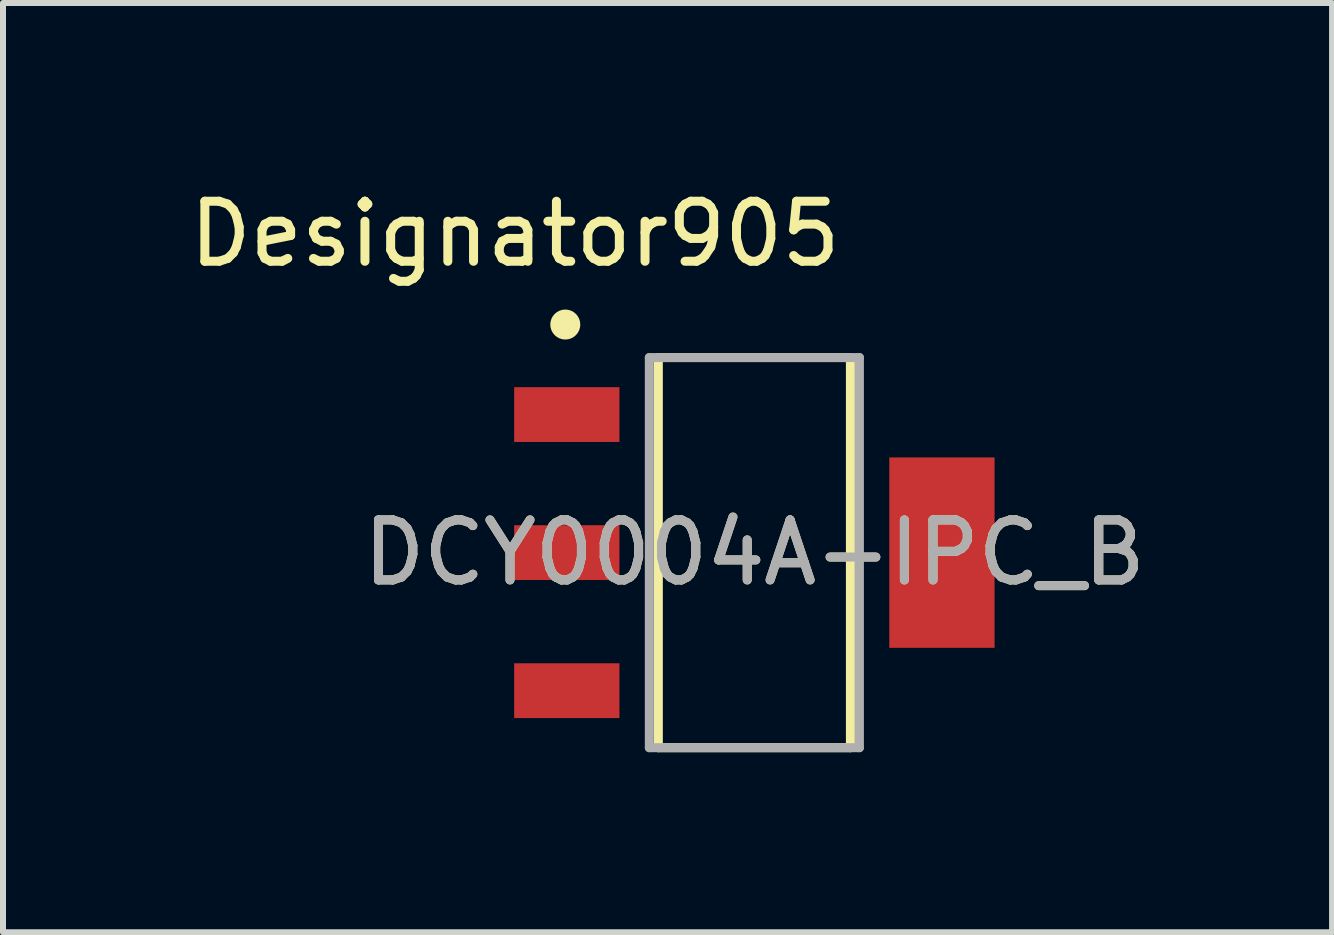
<source format=kicad_pcb>
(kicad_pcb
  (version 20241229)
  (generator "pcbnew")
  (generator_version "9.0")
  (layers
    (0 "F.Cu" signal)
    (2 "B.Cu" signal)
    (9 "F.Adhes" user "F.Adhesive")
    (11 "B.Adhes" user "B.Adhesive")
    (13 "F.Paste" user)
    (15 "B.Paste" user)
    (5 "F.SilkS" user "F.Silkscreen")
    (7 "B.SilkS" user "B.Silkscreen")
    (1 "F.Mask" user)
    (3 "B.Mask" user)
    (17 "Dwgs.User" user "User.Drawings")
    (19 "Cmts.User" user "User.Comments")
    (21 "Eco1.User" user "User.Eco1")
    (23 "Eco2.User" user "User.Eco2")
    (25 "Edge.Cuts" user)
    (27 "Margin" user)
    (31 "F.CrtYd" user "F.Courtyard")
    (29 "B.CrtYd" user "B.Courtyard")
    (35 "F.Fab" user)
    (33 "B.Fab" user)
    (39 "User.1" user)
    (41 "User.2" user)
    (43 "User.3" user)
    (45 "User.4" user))
  (footprint "DCY0004A-IPC_B"
    (layer "F.Cu")
    (at 9.518 6.157)
    (property "Reference" "DCY0004A-IPC_B" (at 0 0 0) (unlocked yes) (layer "F.SilkS") (effects (font (size 1 1) (thickness 0.15))))
    (attr smd)
    (fp_line (start -1.6 -3.25) (end 1.6 -3.25) (stroke (width 0.15) (type solid)) (layer "F.SilkS"))
    (fp_line (start -1.6 3.25) (end -1.6 -3.25) (stroke (width 0.15) (type solid)) (layer "F.SilkS"))
    (fp_line (start -1.6 3.25) (end 1.6 3.25) (stroke (width 0.15) (type solid)) (layer "F.SilkS"))
    (fp_line (start 1.6 3.25) (end 1.6 -3.25) (stroke (width 0.15) (type solid)) (layer "F.SilkS"))
    (fp_circle (center -3.15 -3.8) (end -3.025 -3.8) (stroke (width 0.25) (type solid)) (fill no) (layer "F.SilkS"))
    (fp_line (start -1.75 -3.25) (end 1.75 -3.25) (stroke (width 0.15) (type solid)) (layer "F.Fab"))
    (fp_line (start -1.75 3.25) (end -1.75 -3.25) (stroke (width 0.15) (type solid)) (layer "F.Fab"))
    (fp_line (start -1.75 3.25) (end 1.75 3.25) (stroke (width 0.15) (type solid)) (layer "F.Fab"))
    (fp_line (start 1.75 3.25) (end 1.75 -3.25) (stroke (width 0.15) (type solid)) (layer "F.Fab"))
    (fp_text user "Designator905" (at -3.988 -5.309 0) (unlocked yes) (layer "F.SilkS") (effects (font (size 1 1) (thickness 0.15))))
    (fp_text user "${REFERENCE}" (at 0 0 0) (unlocked yes) (layer "F.Fab") (effects (font (size 1 1) (thickness 0.15))))
    (pad "1" smd rect (at -3.125 -2.3) (size 1.754 0.913) (layers "F.Cu" "F.Mask" "F.Paste"))
    (pad "2" smd rect (at -3.125 0) (size 1.754 0.913) (layers "F.Cu" "F.Mask" "F.Paste"))
    (pad "3" smd rect (at -3.125 2.3) (size 1.754 0.913) (layers "F.Cu" "F.Mask" "F.Paste"))
    (pad "4" smd rect (at 3.125 0) (size 1.754 3.172) (layers "F.Cu" "F.Mask" "F.Paste")))
  (gr_rect
    (start -3 -3)
    (end 19.143 12.482)
    (stroke (width 0.1) (type default))
    (fill no)
    (layer "Edge.Cuts")))
</source>
